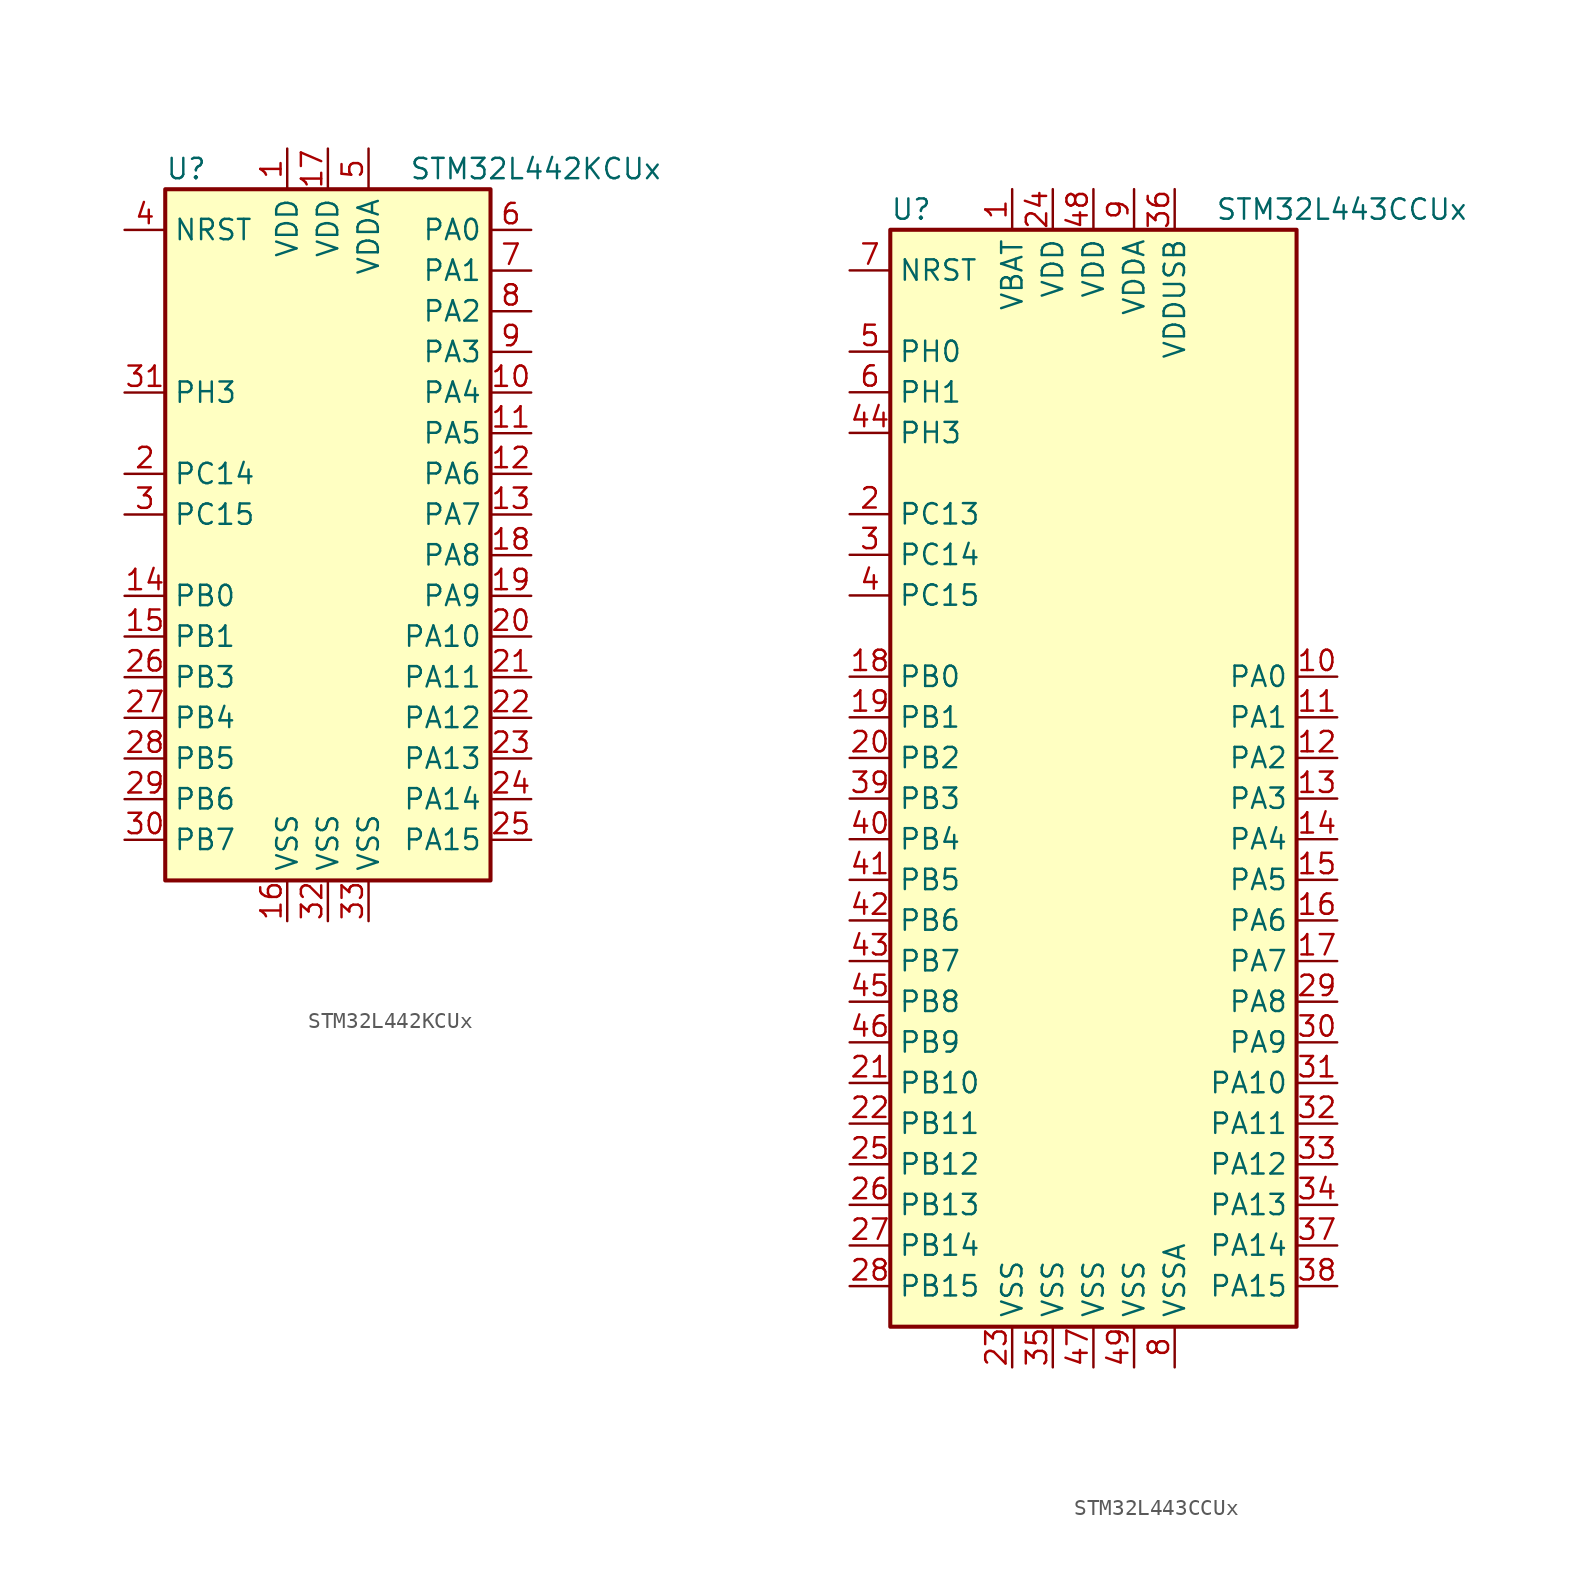
<source format=kicad_sym>
(kicad_symbol_lib
  (version 20220914)
  (generator kicad_symbol_editor)
  (symbol "STM32L442KCUx"
    (property "Reference" "U"
      (at -10.16 21.59 0)
      (effects (font (size 1.27 1.27)) (justify left)))
    (property "Value" "STM32L442KCUx"
      (at 5.08 21.59 0)
      (effects (font (size 1.27 1.27)) (justify left)))
    (symbol "STM32L442KCUx_0_1"
      (rectangle (start -10.16 -22.86) (end 10.16 20.32) (stroke (width 0.254) (type default)) (fill (type background))))
    (symbol "STM32L442KCUx_1_1"
      (pin power_in line (at -2.54 22.86 270) (length 2.54) (name "VDD" (effects (font (size 1.27 1.27)))) (number "1" (effects (font (size 1.27 1.27)))))
      (pin bidirectional line (at 12.7 7.62 180) (length 2.54) (name "PA4" (effects (font (size 1.27 1.27)))) (number "10" (effects (font (size 1.27 1.27)))))
      (pin bidirectional line (at 12.7 5.08 180) (length 2.54) (name "PA5" (effects (font (size 1.27 1.27)))) (number "11" (effects (font (size 1.27 1.27)))))
      (pin bidirectional line (at 12.7 2.54 180) (length 2.54) (name "PA6" (effects (font (size 1.27 1.27)))) (number "12" (effects (font (size 1.27 1.27)))))
      (pin bidirectional line (at 12.7 0 180) (length 2.54) (name "PA7" (effects (font (size 1.27 1.27)))) (number "13" (effects (font (size 1.27 1.27)))))
      (pin bidirectional line (at -12.7 -5.08 0) (length 2.54) (name "PB0" (effects (font (size 1.27 1.27)))) (number "14" (effects (font (size 1.27 1.27)))))
      (pin bidirectional line (at -12.7 -7.62 0) (length 2.54) (name "PB1" (effects (font (size 1.27 1.27)))) (number "15" (effects (font (size 1.27 1.27)))))
      (pin power_in line (at -2.54 -25.4 90) (length 2.54) (name "VSS" (effects (font (size 1.27 1.27)))) (number "16" (effects (font (size 1.27 1.27)))))
      (pin power_in line (at 0 22.86 270) (length 2.54) (name "VDD" (effects (font (size 1.27 1.27)))) (number "17" (effects (font (size 1.27 1.27)))))
      (pin bidirectional line (at 12.7 -2.54 180) (length 2.54) (name "PA8" (effects (font (size 1.27 1.27)))) (number "18" (effects (font (size 1.27 1.27)))))
      (pin bidirectional line (at 12.7 -5.08 180) (length 2.54) (name "PA9" (effects (font (size 1.27 1.27)))) (number "19" (effects (font (size 1.27 1.27)))))
      (pin bidirectional line (at -12.7 2.54 0) (length 2.54) (name "PC14" (effects (font (size 1.27 1.27)))) (number "2" (effects (font (size 1.27 1.27)))))
      (pin bidirectional line (at 12.7 -7.62 180) (length 2.54) (name "PA10" (effects (font (size 1.27 1.27)))) (number "20" (effects (font (size 1.27 1.27)))))
      (pin bidirectional line (at 12.7 -10.16 180) (length 2.54) (name "PA11" (effects (font (size 1.27 1.27)))) (number "21" (effects (font (size 1.27 1.27)))))
      (pin bidirectional line (at 12.7 -12.7 180) (length 2.54) (name "PA12" (effects (font (size 1.27 1.27)))) (number "22" (effects (font (size 1.27 1.27)))))
      (pin bidirectional line (at 12.7 -15.24 180) (length 2.54) (name "PA13" (effects (font (size 1.27 1.27)))) (number "23" (effects (font (size 1.27 1.27)))))
      (pin bidirectional line (at 12.7 -17.78 180) (length 2.54) (name "PA14" (effects (font (size 1.27 1.27)))) (number "24" (effects (font (size 1.27 1.27)))))
      (pin bidirectional line (at 12.7 -20.32 180) (length 2.54) (name "PA15" (effects (font (size 1.27 1.27)))) (number "25" (effects (font (size 1.27 1.27)))))
      (pin bidirectional line (at -12.7 -10.16 0) (length 2.54) (name "PB3" (effects (font (size 1.27 1.27)))) (number "26" (effects (font (size 1.27 1.27)))))
      (pin bidirectional line (at -12.7 -12.7 0) (length 2.54) (name "PB4" (effects (font (size 1.27 1.27)))) (number "27" (effects (font (size 1.27 1.27)))))
      (pin bidirectional line (at -12.7 -15.24 0) (length 2.54) (name "PB5" (effects (font (size 1.27 1.27)))) (number "28" (effects (font (size 1.27 1.27)))))
      (pin bidirectional line (at -12.7 -17.78 0) (length 2.54) (name "PB6" (effects (font (size 1.27 1.27)))) (number "29" (effects (font (size 1.27 1.27)))))
      (pin bidirectional line (at -12.7 0 0) (length 2.54) (name "PC15" (effects (font (size 1.27 1.27)))) (number "3" (effects (font (size 1.27 1.27)))))
      (pin bidirectional line (at -12.7 -20.32 0) (length 2.54) (name "PB7" (effects (font (size 1.27 1.27)))) (number "30" (effects (font (size 1.27 1.27)))))
      (pin bidirectional line (at -12.7 7.62 0) (length 2.54) (name "PH3" (effects (font (size 1.27 1.27)))) (number "31" (effects (font (size 1.27 1.27)))))
      (pin power_in line (at 0 -25.4 90) (length 2.54) (name "VSS" (effects (font (size 1.27 1.27)))) (number "32" (effects (font (size 1.27 1.27)))))
      (pin power_in line (at 2.54 -25.4 90) (length 2.54) (name "VSS" (effects (font (size 1.27 1.27)))) (number "33" (effects (font (size 1.27 1.27)))))
      (pin input line (at -12.7 17.78 0) (length 2.54) (name "NRST" (effects (font (size 1.27 1.27)))) (number "4" (effects (font (size 1.27 1.27)))))
      (pin power_in line (at 2.54 22.86 270) (length 2.54) (name "VDDA" (effects (font (size 1.27 1.27)))) (number "5" (effects (font (size 1.27 1.27)))))
      (pin bidirectional line (at 12.7 17.78 180) (length 2.54) (name "PA0" (effects (font (size 1.27 1.27)))) (number "6" (effects (font (size 1.27 1.27)))))
      (pin bidirectional line (at 12.7 15.24 180) (length 2.54) (name "PA1" (effects (font (size 1.27 1.27)))) (number "7" (effects (font (size 1.27 1.27)))))
      (pin bidirectional line (at 12.7 12.7 180) (length 2.54) (name "PA2" (effects (font (size 1.27 1.27)))) (number "8" (effects (font (size 1.27 1.27)))))
      (pin bidirectional line (at 12.7 10.16 180) (length 2.54) (name "PA3" (effects (font (size 1.27 1.27)))) (number "9" (effects (font (size 1.27 1.27)))))))
  (symbol "STM32L443CCUx"
    (property "Reference" "U"
      (at -12.7 34.29 0)
      (effects (font (size 1.27 1.27)) (justify left)))
    (property "Value" "STM32L443CCUx"
      (at 7.62 34.29 0)
      (effects (font (size 1.27 1.27)) (justify left)))
    (symbol "STM32L443CCUx_0_1"
      (rectangle (start -12.7 -35.56) (end 12.7 33.02) (stroke (width 0.254) (type default)) (fill (type background))))
    (symbol "STM32L443CCUx_1_1"
      (pin power_in line (at -5.08 35.56 270) (length 2.54) (name "VBAT" (effects (font (size 1.27 1.27)))) (number "1" (effects (font (size 1.27 1.27)))))
      (pin bidirectional line (at 15.24 5.08 180) (length 2.54) (name "PA0" (effects (font (size 1.27 1.27)))) (number "10" (effects (font (size 1.27 1.27)))))
      (pin bidirectional line (at 15.24 2.54 180) (length 2.54) (name "PA1" (effects (font (size 1.27 1.27)))) (number "11" (effects (font (size 1.27 1.27)))))
      (pin bidirectional line (at 15.24 0 180) (length 2.54) (name "PA2" (effects (font (size 1.27 1.27)))) (number "12" (effects (font (size 1.27 1.27)))))
      (pin bidirectional line (at 15.24 -2.54 180) (length 2.54) (name "PA3" (effects (font (size 1.27 1.27)))) (number "13" (effects (font (size 1.27 1.27)))))
      (pin bidirectional line (at 15.24 -5.08 180) (length 2.54) (name "PA4" (effects (font (size 1.27 1.27)))) (number "14" (effects (font (size 1.27 1.27)))))
      (pin bidirectional line (at 15.24 -7.62 180) (length 2.54) (name "PA5" (effects (font (size 1.27 1.27)))) (number "15" (effects (font (size 1.27 1.27)))))
      (pin bidirectional line (at 15.24 -10.16 180) (length 2.54) (name "PA6" (effects (font (size 1.27 1.27)))) (number "16" (effects (font (size 1.27 1.27)))))
      (pin bidirectional line (at 15.24 -12.7 180) (length 2.54) (name "PA7" (effects (font (size 1.27 1.27)))) (number "17" (effects (font (size 1.27 1.27)))))
      (pin bidirectional line (at -15.24 5.08 0) (length 2.54) (name "PB0" (effects (font (size 1.27 1.27)))) (number "18" (effects (font (size 1.27 1.27)))))
      (pin bidirectional line (at -15.24 2.54 0) (length 2.54) (name "PB1" (effects (font (size 1.27 1.27)))) (number "19" (effects (font (size 1.27 1.27)))))
      (pin bidirectional line (at -15.24 15.24 0) (length 2.54) (name "PC13" (effects (font (size 1.27 1.27)))) (number "2" (effects (font (size 1.27 1.27)))))
      (pin bidirectional line (at -15.24 0 0) (length 2.54) (name "PB2" (effects (font (size 1.27 1.27)))) (number "20" (effects (font (size 1.27 1.27)))))
      (pin bidirectional line (at -15.24 -20.32 0) (length 2.54) (name "PB10" (effects (font (size 1.27 1.27)))) (number "21" (effects (font (size 1.27 1.27)))))
      (pin bidirectional line (at -15.24 -22.86 0) (length 2.54) (name "PB11" (effects (font (size 1.27 1.27)))) (number "22" (effects (font (size 1.27 1.27)))))
      (pin power_in line (at -5.08 -38.1 90) (length 2.54) (name "VSS" (effects (font (size 1.27 1.27)))) (number "23" (effects (font (size 1.27 1.27)))))
      (pin power_in line (at -2.54 35.56 270) (length 2.54) (name "VDD" (effects (font (size 1.27 1.27)))) (number "24" (effects (font (size 1.27 1.27)))))
      (pin bidirectional line (at -15.24 -25.4 0) (length 2.54) (name "PB12" (effects (font (size 1.27 1.27)))) (number "25" (effects (font (size 1.27 1.27)))))
      (pin bidirectional line (at -15.24 -27.94 0) (length 2.54) (name "PB13" (effects (font (size 1.27 1.27)))) (number "26" (effects (font (size 1.27 1.27)))))
      (pin bidirectional line (at -15.24 -30.48 0) (length 2.54) (name "PB14" (effects (font (size 1.27 1.27)))) (number "27" (effects (font (size 1.27 1.27)))))
      (pin bidirectional line (at -15.24 -33.02 0) (length 2.54) (name "PB15" (effects (font (size 1.27 1.27)))) (number "28" (effects (font (size 1.27 1.27)))))
      (pin bidirectional line (at 15.24 -15.24 180) (length 2.54) (name "PA8" (effects (font (size 1.27 1.27)))) (number "29" (effects (font (size 1.27 1.27)))))
      (pin bidirectional line (at -15.24 12.7 0) (length 2.54) (name "PC14" (effects (font (size 1.27 1.27)))) (number "3" (effects (font (size 1.27 1.27)))))
      (pin bidirectional line (at 15.24 -17.78 180) (length 2.54) (name "PA9" (effects (font (size 1.27 1.27)))) (number "30" (effects (font (size 1.27 1.27)))))
      (pin bidirectional line (at 15.24 -20.32 180) (length 2.54) (name "PA10" (effects (font (size 1.27 1.27)))) (number "31" (effects (font (size 1.27 1.27)))))
      (pin bidirectional line (at 15.24 -22.86 180) (length 2.54) (name "PA11" (effects (font (size 1.27 1.27)))) (number "32" (effects (font (size 1.27 1.27)))))
      (pin bidirectional line (at 15.24 -25.4 180) (length 2.54) (name "PA12" (effects (font (size 1.27 1.27)))) (number "33" (effects (font (size 1.27 1.27)))))
      (pin bidirectional line (at 15.24 -27.94 180) (length 2.54) (name "PA13" (effects (font (size 1.27 1.27)))) (number "34" (effects (font (size 1.27 1.27)))))
      (pin power_in line (at -2.54 -38.1 90) (length 2.54) (name "VSS" (effects (font (size 1.27 1.27)))) (number "35" (effects (font (size 1.27 1.27)))))
      (pin power_in line (at 5.08 35.56 270) (length 2.54) (name "VDDUSB" (effects (font (size 1.27 1.27)))) (number "36" (effects (font (size 1.27 1.27)))))
      (pin bidirectional line (at 15.24 -30.48 180) (length 2.54) (name "PA14" (effects (font (size 1.27 1.27)))) (number "37" (effects (font (size 1.27 1.27)))))
      (pin bidirectional line (at 15.24 -33.02 180) (length 2.54) (name "PA15" (effects (font (size 1.27 1.27)))) (number "38" (effects (font (size 1.27 1.27)))))
      (pin bidirectional line (at -15.24 -2.54 0) (length 2.54) (name "PB3" (effects (font (size 1.27 1.27)))) (number "39" (effects (font (size 1.27 1.27)))))
      (pin bidirectional line (at -15.24 10.16 0) (length 2.54) (name "PC15" (effects (font (size 1.27 1.27)))) (number "4" (effects (font (size 1.27 1.27)))))
      (pin bidirectional line (at -15.24 -5.08 0) (length 2.54) (name "PB4" (effects (font (size 1.27 1.27)))) (number "40" (effects (font (size 1.27 1.27)))))
      (pin bidirectional line (at -15.24 -7.62 0) (length 2.54) (name "PB5" (effects (font (size 1.27 1.27)))) (number "41" (effects (font (size 1.27 1.27)))))
      (pin bidirectional line (at -15.24 -10.16 0) (length 2.54) (name "PB6" (effects (font (size 1.27 1.27)))) (number "42" (effects (font (size 1.27 1.27)))))
      (pin bidirectional line (at -15.24 -12.7 0) (length 2.54) (name "PB7" (effects (font (size 1.27 1.27)))) (number "43" (effects (font (size 1.27 1.27)))))
      (pin bidirectional line (at -15.24 20.32 0) (length 2.54) (name "PH3" (effects (font (size 1.27 1.27)))) (number "44" (effects (font (size 1.27 1.27)))))
      (pin bidirectional line (at -15.24 -15.24 0) (length 2.54) (name "PB8" (effects (font (size 1.27 1.27)))) (number "45" (effects (font (size 1.27 1.27)))))
      (pin bidirectional line (at -15.24 -17.78 0) (length 2.54) (name "PB9" (effects (font (size 1.27 1.27)))) (number "46" (effects (font (size 1.27 1.27)))))
      (pin power_in line (at 0 -38.1 90) (length 2.54) (name "VSS" (effects (font (size 1.27 1.27)))) (number "47" (effects (font (size 1.27 1.27)))))
      (pin power_in line (at 0 35.56 270) (length 2.54) (name "VDD" (effects (font (size 1.27 1.27)))) (number "48" (effects (font (size 1.27 1.27)))))
      (pin power_in line (at 2.54 -38.1 90) (length 2.54) (name "VSS" (effects (font (size 1.27 1.27)))) (number "49" (effects (font (size 1.27 1.27)))))
      (pin input line (at -15.24 25.4 0) (length 2.54) (name "PH0" (effects (font (size 1.27 1.27)))) (number "5" (effects (font (size 1.27 1.27)))))
      (pin input line (at -15.24 22.86 0) (length 2.54) (name "PH1" (effects (font (size 1.27 1.27)))) (number "6" (effects (font (size 1.27 1.27)))))
      (pin input line (at -15.24 30.48 0) (length 2.54) (name "NRST" (effects (font (size 1.27 1.27)))) (number "7" (effects (font (size 1.27 1.27)))))
      (pin power_in line (at 5.08 -38.1 90) (length 2.54) (name "VSSA" (effects (font (size 1.27 1.27)))) (number "8" (effects (font (size 1.27 1.27)))))
      (pin power_in line (at 2.54 35.56 270) (length 2.54) (name "VDDA" (effects (font (size 1.27 1.27)))) (number "9" (effects (font (size 1.27 1.27))))))))
</source>
